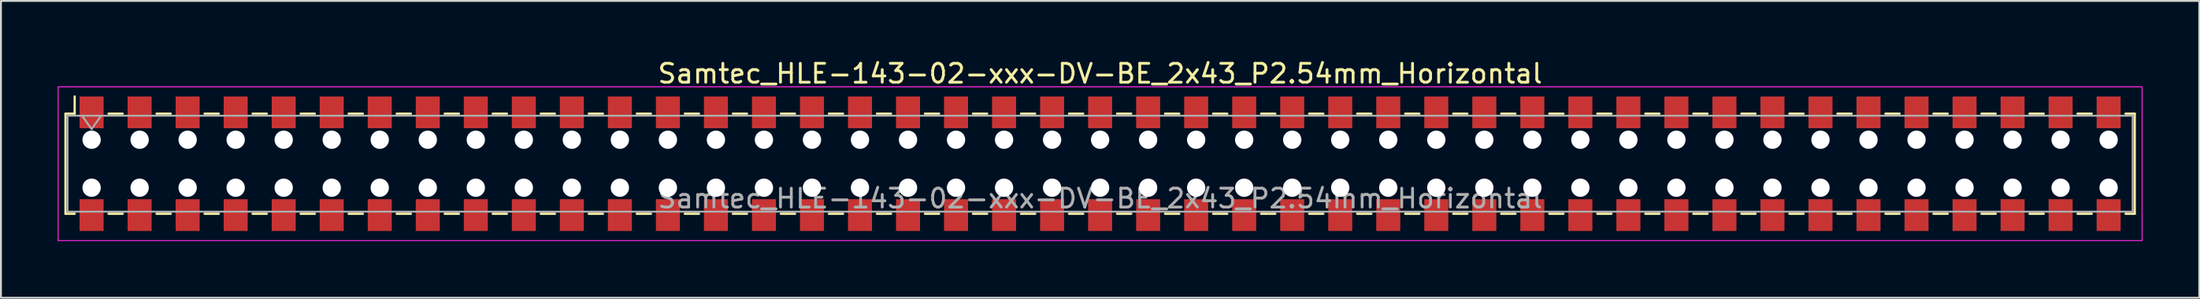
<source format=kicad_pcb>
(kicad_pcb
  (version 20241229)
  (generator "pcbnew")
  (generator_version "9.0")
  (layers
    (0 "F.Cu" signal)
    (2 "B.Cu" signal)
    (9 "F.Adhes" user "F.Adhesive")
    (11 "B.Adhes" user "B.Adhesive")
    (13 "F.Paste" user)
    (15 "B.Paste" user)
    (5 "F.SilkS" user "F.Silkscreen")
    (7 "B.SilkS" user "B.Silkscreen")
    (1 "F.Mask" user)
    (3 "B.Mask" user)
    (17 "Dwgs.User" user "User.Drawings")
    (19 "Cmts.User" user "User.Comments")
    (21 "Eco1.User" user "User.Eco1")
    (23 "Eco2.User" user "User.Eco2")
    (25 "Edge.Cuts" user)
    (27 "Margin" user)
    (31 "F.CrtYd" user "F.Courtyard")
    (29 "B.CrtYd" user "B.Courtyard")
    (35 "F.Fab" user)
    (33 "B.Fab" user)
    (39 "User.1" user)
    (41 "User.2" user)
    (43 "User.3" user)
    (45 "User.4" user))
  (footprint "Samtec_HLE-143-02-xxx-DV-BE_2x43_P2.54mm_Horizontal"
    (layer "F.Cu")
    (at 55.135 5.618)
    (property "Reference" "Samtec_HLE-143-02-xxx-DV-BE_2x43_P2.54mm_Horizontal" (at 0 -4.77 0) (layer "F.SilkS") (effects (font (size 1 1) (thickness 0.15))))
    (attr smd)
    (fp_line (start -54.72 -2.65) (end -54.72 2.65) (stroke (width 0.12) (type solid)) (layer "F.SilkS"))
    (fp_line (start -54.72 2.65) (end -54.235 2.65) (stroke (width 0.12) (type solid)) (layer "F.SilkS"))
    (fp_line (start -54.235 -3.56) (end -54.235 -2.65) (stroke (width 0.12) (type solid)) (layer "F.SilkS"))
    (fp_line (start -54.235 -2.65) (end -54.72 -2.65) (stroke (width 0.12) (type solid)) (layer "F.SilkS"))
    (fp_line (start -52.445 -2.65) (end -51.695 -2.65) (stroke (width 0.12) (type solid)) (layer "F.SilkS"))
    (fp_line (start -52.445 2.65) (end -51.695 2.65) (stroke (width 0.12) (type solid)) (layer "F.SilkS"))
    (fp_line (start -49.905 -2.65) (end -49.155 -2.65) (stroke (width 0.12) (type solid)) (layer "F.SilkS"))
    (fp_line (start -49.905 2.65) (end -49.155 2.65) (stroke (width 0.12) (type solid)) (layer "F.SilkS"))
    (fp_line (start -47.365 -2.65) (end -46.615 -2.65) (stroke (width 0.12) (type solid)) (layer "F.SilkS"))
    (fp_line (start -47.365 2.65) (end -46.615 2.65) (stroke (width 0.12) (type solid)) (layer "F.SilkS"))
    (fp_line (start -44.825 -2.65) (end -44.075 -2.65) (stroke (width 0.12) (type solid)) (layer "F.SilkS"))
    (fp_line (start -44.825 2.65) (end -44.075 2.65) (stroke (width 0.12) (type solid)) (layer "F.SilkS"))
    (fp_line (start -42.285 -2.65) (end -41.535 -2.65) (stroke (width 0.12) (type solid)) (layer "F.SilkS"))
    (fp_line (start -42.285 2.65) (end -41.535 2.65) (stroke (width 0.12) (type solid)) (layer "F.SilkS"))
    (fp_line (start -39.745 -2.65) (end -38.995 -2.65) (stroke (width 0.12) (type solid)) (layer "F.SilkS"))
    (fp_line (start -39.745 2.65) (end -38.995 2.65) (stroke (width 0.12) (type solid)) (layer "F.SilkS"))
    (fp_line (start -37.205 -2.65) (end -36.455 -2.65) (stroke (width 0.12) (type solid)) (layer "F.SilkS"))
    (fp_line (start -37.205 2.65) (end -36.455 2.65) (stroke (width 0.12) (type solid)) (layer "F.SilkS"))
    (fp_line (start -34.665 -2.65) (end -33.915 -2.65) (stroke (width 0.12) (type solid)) (layer "F.SilkS"))
    (fp_line (start -34.665 2.65) (end -33.915 2.65) (stroke (width 0.12) (type solid)) (layer "F.SilkS"))
    (fp_line (start -32.125 -2.65) (end -31.375 -2.65) (stroke (width 0.12) (type solid)) (layer "F.SilkS"))
    (fp_line (start -32.125 2.65) (end -31.375 2.65) (stroke (width 0.12) (type solid)) (layer "F.SilkS"))
    (fp_line (start -29.585 -2.65) (end -28.835 -2.65) (stroke (width 0.12) (type solid)) (layer "F.SilkS"))
    (fp_line (start -29.585 2.65) (end -28.835 2.65) (stroke (width 0.12) (type solid)) (layer "F.SilkS"))
    (fp_line (start -27.045 -2.65) (end -26.295 -2.65) (stroke (width 0.12) (type solid)) (layer "F.SilkS"))
    (fp_line (start -27.045 2.65) (end -26.295 2.65) (stroke (width 0.12) (type solid)) (layer "F.SilkS"))
    (fp_line (start -24.505 -2.65) (end -23.755 -2.65) (stroke (width 0.12) (type solid)) (layer "F.SilkS"))
    (fp_line (start -24.505 2.65) (end -23.755 2.65) (stroke (width 0.12) (type solid)) (layer "F.SilkS"))
    (fp_line (start -21.965 -2.65) (end -21.215 -2.65) (stroke (width 0.12) (type solid)) (layer "F.SilkS"))
    (fp_line (start -21.965 2.65) (end -21.215 2.65) (stroke (width 0.12) (type solid)) (layer "F.SilkS"))
    (fp_line (start -19.425 -2.65) (end -18.675 -2.65) (stroke (width 0.12) (type solid)) (layer "F.SilkS"))
    (fp_line (start -19.425 2.65) (end -18.675 2.65) (stroke (width 0.12) (type solid)) (layer "F.SilkS"))
    (fp_line (start -16.885 -2.65) (end -16.135 -2.65) (stroke (width 0.12) (type solid)) (layer "F.SilkS"))
    (fp_line (start -16.885 2.65) (end -16.135 2.65) (stroke (width 0.12) (type solid)) (layer "F.SilkS"))
    (fp_line (start -14.345 -2.65) (end -13.595 -2.65) (stroke (width 0.12) (type solid)) (layer "F.SilkS"))
    (fp_line (start -14.345 2.65) (end -13.595 2.65) (stroke (width 0.12) (type solid)) (layer "F.SilkS"))
    (fp_line (start -11.805 -2.65) (end -11.055 -2.65) (stroke (width 0.12) (type solid)) (layer "F.SilkS"))
    (fp_line (start -11.805 2.65) (end -11.055 2.65) (stroke (width 0.12) (type solid)) (layer "F.SilkS"))
    (fp_line (start -9.265 -2.65) (end -8.515 -2.65) (stroke (width 0.12) (type solid)) (layer "F.SilkS"))
    (fp_line (start -9.265 2.65) (end -8.515 2.65) (stroke (width 0.12) (type solid)) (layer "F.SilkS"))
    (fp_line (start -6.725 -2.65) (end -5.975 -2.65) (stroke (width 0.12) (type solid)) (layer "F.SilkS"))
    (fp_line (start -6.725 2.65) (end -5.975 2.65) (stroke (width 0.12) (type solid)) (layer "F.SilkS"))
    (fp_line (start -4.185 -2.65) (end -3.435 -2.65) (stroke (width 0.12) (type solid)) (layer "F.SilkS"))
    (fp_line (start -4.185 2.65) (end -3.435 2.65) (stroke (width 0.12) (type solid)) (layer "F.SilkS"))
    (fp_line (start -1.645 -2.65) (end -0.895 -2.65) (stroke (width 0.12) (type solid)) (layer "F.SilkS"))
    (fp_line (start -1.645 2.65) (end -0.895 2.65) (stroke (width 0.12) (type solid)) (layer "F.SilkS"))
    (fp_line (start 0.895 -2.65) (end 1.645 -2.65) (stroke (width 0.12) (type solid)) (layer "F.SilkS"))
    (fp_line (start 0.895 2.65) (end 1.645 2.65) (stroke (width 0.12) (type solid)) (layer "F.SilkS"))
    (fp_line (start 3.435 -2.65) (end 4.185 -2.65) (stroke (width 0.12) (type solid)) (layer "F.SilkS"))
    (fp_line (start 3.435 2.65) (end 4.185 2.65) (stroke (width 0.12) (type solid)) (layer "F.SilkS"))
    (fp_line (start 5.975 -2.65) (end 6.725 -2.65) (stroke (width 0.12) (type solid)) (layer "F.SilkS"))
    (fp_line (start 5.975 2.65) (end 6.725 2.65) (stroke (width 0.12) (type solid)) (layer "F.SilkS"))
    (fp_line (start 8.515 -2.65) (end 9.265 -2.65) (stroke (width 0.12) (type solid)) (layer "F.SilkS"))
    (fp_line (start 8.515 2.65) (end 9.265 2.65) (stroke (width 0.12) (type solid)) (layer "F.SilkS"))
    (fp_line (start 11.055 -2.65) (end 11.805 -2.65) (stroke (width 0.12) (type solid)) (layer "F.SilkS"))
    (fp_line (start 11.055 2.65) (end 11.805 2.65) (stroke (width 0.12) (type solid)) (layer "F.SilkS"))
    (fp_line (start 13.595 -2.65) (end 14.345 -2.65) (stroke (width 0.12) (type solid)) (layer "F.SilkS"))
    (fp_line (start 13.595 2.65) (end 14.345 2.65) (stroke (width 0.12) (type solid)) (layer "F.SilkS"))
    (fp_line (start 16.135 -2.65) (end 16.885 -2.65) (stroke (width 0.12) (type solid)) (layer "F.SilkS"))
    (fp_line (start 16.135 2.65) (end 16.885 2.65) (stroke (width 0.12) (type solid)) (layer "F.SilkS"))
    (fp_line (start 18.675 -2.65) (end 19.425 -2.65) (stroke (width 0.12) (type solid)) (layer "F.SilkS"))
    (fp_line (start 18.675 2.65) (end 19.425 2.65) (stroke (width 0.12) (type solid)) (layer "F.SilkS"))
    (fp_line (start 21.215 -2.65) (end 21.965 -2.65) (stroke (width 0.12) (type solid)) (layer "F.SilkS"))
    (fp_line (start 21.215 2.65) (end 21.965 2.65) (stroke (width 0.12) (type solid)) (layer "F.SilkS"))
    (fp_line (start 23.755 -2.65) (end 24.505 -2.65) (stroke (width 0.12) (type solid)) (layer "F.SilkS"))
    (fp_line (start 23.755 2.65) (end 24.505 2.65) (stroke (width 0.12) (type solid)) (layer "F.SilkS"))
    (fp_line (start 26.295 -2.65) (end 27.045 -2.65) (stroke (width 0.12) (type solid)) (layer "F.SilkS"))
    (fp_line (start 26.295 2.65) (end 27.045 2.65) (stroke (width 0.12) (type solid)) (layer "F.SilkS"))
    (fp_line (start 28.835 -2.65) (end 29.585 -2.65) (stroke (width 0.12) (type solid)) (layer "F.SilkS"))
    (fp_line (start 28.835 2.65) (end 29.585 2.65) (stroke (width 0.12) (type solid)) (layer "F.SilkS"))
    (fp_line (start 31.375 -2.65) (end 32.125 -2.65) (stroke (width 0.12) (type solid)) (layer "F.SilkS"))
    (fp_line (start 31.375 2.65) (end 32.125 2.65) (stroke (width 0.12) (type solid)) (layer "F.SilkS"))
    (fp_line (start 33.915 -2.65) (end 34.665 -2.65) (stroke (width 0.12) (type solid)) (layer "F.SilkS"))
    (fp_line (start 33.915 2.65) (end 34.665 2.65) (stroke (width 0.12) (type solid)) (layer "F.SilkS"))
    (fp_line (start 36.455 -2.65) (end 37.205 -2.65) (stroke (width 0.12) (type solid)) (layer "F.SilkS"))
    (fp_line (start 36.455 2.65) (end 37.205 2.65) (stroke (width 0.12) (type solid)) (layer "F.SilkS"))
    (fp_line (start 38.995 -2.65) (end 39.745 -2.65) (stroke (width 0.12) (type solid)) (layer "F.SilkS"))
    (fp_line (start 38.995 2.65) (end 39.745 2.65) (stroke (width 0.12) (type solid)) (layer "F.SilkS"))
    (fp_line (start 41.535 -2.65) (end 42.285 -2.65) (stroke (width 0.12) (type solid)) (layer "F.SilkS"))
    (fp_line (start 41.535 2.65) (end 42.285 2.65) (stroke (width 0.12) (type solid)) (layer "F.SilkS"))
    (fp_line (start 44.075 -2.65) (end 44.825 -2.65) (stroke (width 0.12) (type solid)) (layer "F.SilkS"))
    (fp_line (start 44.075 2.65) (end 44.825 2.65) (stroke (width 0.12) (type solid)) (layer "F.SilkS"))
    (fp_line (start 46.615 -2.65) (end 47.365 -2.65) (stroke (width 0.12) (type solid)) (layer "F.SilkS"))
    (fp_line (start 46.615 2.65) (end 47.365 2.65) (stroke (width 0.12) (type solid)) (layer "F.SilkS"))
    (fp_line (start 49.155 -2.65) (end 49.905 -2.65) (stroke (width 0.12) (type solid)) (layer "F.SilkS"))
    (fp_line (start 49.155 2.65) (end 49.905 2.65) (stroke (width 0.12) (type solid)) (layer "F.SilkS"))
    (fp_line (start 51.695 -2.65) (end 52.445 -2.65) (stroke (width 0.12) (type solid)) (layer "F.SilkS"))
    (fp_line (start 51.695 2.65) (end 52.445 2.65) (stroke (width 0.12) (type solid)) (layer "F.SilkS"))
    (fp_line (start 54.235 -2.65) (end 54.72 -2.65) (stroke (width 0.12) (type solid)) (layer "F.SilkS"))
    (fp_line (start 54.72 -2.65) (end 54.72 2.65) (stroke (width 0.12) (type solid)) (layer "F.SilkS"))
    (fp_line (start 54.72 2.65) (end 54.235 2.65) (stroke (width 0.12) (type solid)) (layer "F.SilkS"))
    (fp_line (start -55.11 -4.07) (end 55.11 -4.07) (stroke (width 0.05) (type solid)) (layer "F.CrtYd"))
    (fp_line (start -55.11 4.07) (end -55.11 -4.07) (stroke (width 0.05) (type solid)) (layer "F.CrtYd"))
    (fp_line (start 55.11 -4.07) (end 55.11 4.07) (stroke (width 0.05) (type solid)) (layer "F.CrtYd"))
    (fp_line (start 55.11 4.07) (end -55.11 4.07) (stroke (width 0.05) (type solid)) (layer "F.CrtYd"))
    (fp_line (start -54.61 -2.54) (end 54.61 -2.54) (stroke (width 0.1) (type solid)) (layer "F.Fab"))
    (fp_line (start -54.61 2.54) (end -54.61 -2.54) (stroke (width 0.1) (type solid)) (layer "F.Fab"))
    (fp_line (start -53.84 -2.54) (end -53.34 -1.833) (stroke (width 0.1) (type solid)) (layer "F.Fab"))
    (fp_line (start -53.34 -1.833) (end -52.84 -2.54) (stroke (width 0.1) (type solid)) (layer "F.Fab"))
    (fp_line (start 54.61 -2.54) (end 54.61 2.54) (stroke (width 0.1) (type solid)) (layer "F.Fab"))
    (fp_line (start 54.61 2.54) (end -54.61 2.54) (stroke (width 0.1) (type solid)) (layer "F.Fab"))
    (fp_text user "${REFERENCE}" (at 0 1.84 0) (layer "F.Fab") (effects (font (size 1 1) (thickness 0.15))))
    (pad "" np_thru_hole circle (at -53.34 -1.27) (size 0.97 0.97) (drill 0.97) (layers "*.Cu" "*.Mask"))
    (pad "" np_thru_hole circle (at -53.34 1.27) (size 0.97 0.97) (drill 0.97) (layers "*.Cu" "*.Mask"))
    (pad "" np_thru_hole circle (at -50.8 -1.27) (size 0.97 0.97) (drill 0.97) (layers "*.Cu" "*.Mask"))
    (pad "" np_thru_hole circle (at -50.8 1.27) (size 0.97 0.97) (drill 0.97) (layers "*.Cu" "*.Mask"))
    (pad "" np_thru_hole circle (at -48.26 -1.27) (size 0.97 0.97) (drill 0.97) (layers "*.Cu" "*.Mask"))
    (pad "" np_thru_hole circle (at -48.26 1.27) (size 0.97 0.97) (drill 0.97) (layers "*.Cu" "*.Mask"))
    (pad "" np_thru_hole circle (at -45.72 -1.27) (size 0.97 0.97) (drill 0.97) (layers "*.Cu" "*.Mask"))
    (pad "" np_thru_hole circle (at -45.72 1.27) (size 0.97 0.97) (drill 0.97) (layers "*.Cu" "*.Mask"))
    (pad "" np_thru_hole circle (at -43.18 -1.27) (size 0.97 0.97) (drill 0.97) (layers "*.Cu" "*.Mask"))
    (pad "" np_thru_hole circle (at -43.18 1.27) (size 0.97 0.97) (drill 0.97) (layers "*.Cu" "*.Mask"))
    (pad "" np_thru_hole circle (at -40.64 -1.27) (size 0.97 0.97) (drill 0.97) (layers "*.Cu" "*.Mask"))
    (pad "" np_thru_hole circle (at -40.64 1.27) (size 0.97 0.97) (drill 0.97) (layers "*.Cu" "*.Mask"))
    (pad "" np_thru_hole circle (at -38.1 -1.27) (size 0.97 0.97) (drill 0.97) (layers "*.Cu" "*.Mask"))
    (pad "" np_thru_hole circle (at -38.1 1.27) (size 0.97 0.97) (drill 0.97) (layers "*.Cu" "*.Mask"))
    (pad "" np_thru_hole circle (at -35.56 -1.27) (size 0.97 0.97) (drill 0.97) (layers "*.Cu" "*.Mask"))
    (pad "" np_thru_hole circle (at -35.56 1.27) (size 0.97 0.97) (drill 0.97) (layers "*.Cu" "*.Mask"))
    (pad "" np_thru_hole circle (at -33.02 -1.27) (size 0.97 0.97) (drill 0.97) (layers "*.Cu" "*.Mask"))
    (pad "" np_thru_hole circle (at -33.02 1.27) (size 0.97 0.97) (drill 0.97) (layers "*.Cu" "*.Mask"))
    (pad "" np_thru_hole circle (at -30.48 -1.27) (size 0.97 0.97) (drill 0.97) (layers "*.Cu" "*.Mask"))
    (pad "" np_thru_hole circle (at -30.48 1.27) (size 0.97 0.97) (drill 0.97) (layers "*.Cu" "*.Mask"))
    (pad "" np_thru_hole circle (at -27.94 -1.27) (size 0.97 0.97) (drill 0.97) (layers "*.Cu" "*.Mask"))
    (pad "" np_thru_hole circle (at -27.94 1.27) (size 0.97 0.97) (drill 0.97) (layers "*.Cu" "*.Mask"))
    (pad "" np_thru_hole circle (at -25.4 -1.27) (size 0.97 0.97) (drill 0.97) (layers "*.Cu" "*.Mask"))
    (pad "" np_thru_hole circle (at -25.4 1.27) (size 0.97 0.97) (drill 0.97) (layers "*.Cu" "*.Mask"))
    (pad "" np_thru_hole circle (at -22.86 -1.27) (size 0.97 0.97) (drill 0.97) (layers "*.Cu" "*.Mask"))
    (pad "" np_thru_hole circle (at -22.86 1.27) (size 0.97 0.97) (drill 0.97) (layers "*.Cu" "*.Mask"))
    (pad "" np_thru_hole circle (at -20.32 -1.27) (size 0.97 0.97) (drill 0.97) (layers "*.Cu" "*.Mask"))
    (pad "" np_thru_hole circle (at -20.32 1.27) (size 0.97 0.97) (drill 0.97) (layers "*.Cu" "*.Mask"))
    (pad "" np_thru_hole circle (at -17.78 -1.27) (size 0.97 0.97) (drill 0.97) (layers "*.Cu" "*.Mask"))
    (pad "" np_thru_hole circle (at -17.78 1.27) (size 0.97 0.97) (drill 0.97) (layers "*.Cu" "*.Mask"))
    (pad "" np_thru_hole circle (at -15.24 -1.27) (size 0.97 0.97) (drill 0.97) (layers "*.Cu" "*.Mask"))
    (pad "" np_thru_hole circle (at -15.24 1.27) (size 0.97 0.97) (drill 0.97) (layers "*.Cu" "*.Mask"))
    (pad "" np_thru_hole circle (at -12.7 -1.27) (size 0.97 0.97) (drill 0.97) (layers "*.Cu" "*.Mask"))
    (pad "" np_thru_hole circle (at -12.7 1.27) (size 0.97 0.97) (drill 0.97) (layers "*.Cu" "*.Mask"))
    (pad "" np_thru_hole circle (at -10.16 -1.27) (size 0.97 0.97) (drill 0.97) (layers "*.Cu" "*.Mask"))
    (pad "" np_thru_hole circle (at -10.16 1.27) (size 0.97 0.97) (drill 0.97) (layers "*.Cu" "*.Mask"))
    (pad "" np_thru_hole circle (at -7.62 -1.27) (size 0.97 0.97) (drill 0.97) (layers "*.Cu" "*.Mask"))
    (pad "" np_thru_hole circle (at -7.62 1.27) (size 0.97 0.97) (drill 0.97) (layers "*.Cu" "*.Mask"))
    (pad "" np_thru_hole circle (at -5.08 -1.27) (size 0.97 0.97) (drill 0.97) (layers "*.Cu" "*.Mask"))
    (pad "" np_thru_hole circle (at -5.08 1.27) (size 0.97 0.97) (drill 0.97) (layers "*.Cu" "*.Mask"))
    (pad "" np_thru_hole circle (at -2.54 -1.27) (size 0.97 0.97) (drill 0.97) (layers "*.Cu" "*.Mask"))
    (pad "" np_thru_hole circle (at -2.54 1.27) (size 0.97 0.97) (drill 0.97) (layers "*.Cu" "*.Mask"))
    (pad "" np_thru_hole circle (at 0 -1.27) (size 0.97 0.97) (drill 0.97) (layers "*.Cu" "*.Mask"))
    (pad "" np_thru_hole circle (at 0 1.27) (size 0.97 0.97) (drill 0.97) (layers "*.Cu" "*.Mask"))
    (pad "" np_thru_hole circle (at 2.54 -1.27) (size 0.97 0.97) (drill 0.97) (layers "*.Cu" "*.Mask"))
    (pad "" np_thru_hole circle (at 2.54 1.27) (size 0.97 0.97) (drill 0.97) (layers "*.Cu" "*.Mask"))
    (pad "" np_thru_hole circle (at 5.08 -1.27) (size 0.97 0.97) (drill 0.97) (layers "*.Cu" "*.Mask"))
    (pad "" np_thru_hole circle (at 5.08 1.27) (size 0.97 0.97) (drill 0.97) (layers "*.Cu" "*.Mask"))
    (pad "" np_thru_hole circle (at 7.62 -1.27) (size 0.97 0.97) (drill 0.97) (layers "*.Cu" "*.Mask"))
    (pad "" np_thru_hole circle (at 7.62 1.27) (size 0.97 0.97) (drill 0.97) (layers "*.Cu" "*.Mask"))
    (pad "" np_thru_hole circle (at 10.16 -1.27) (size 0.97 0.97) (drill 0.97) (layers "*.Cu" "*.Mask"))
    (pad "" np_thru_hole circle (at 10.16 1.27) (size 0.97 0.97) (drill 0.97) (layers "*.Cu" "*.Mask"))
    (pad "" np_thru_hole circle (at 12.7 -1.27) (size 0.97 0.97) (drill 0.97) (layers "*.Cu" "*.Mask"))
    (pad "" np_thru_hole circle (at 12.7 1.27) (size 0.97 0.97) (drill 0.97) (layers "*.Cu" "*.Mask"))
    (pad "" np_thru_hole circle (at 15.24 -1.27) (size 0.97 0.97) (drill 0.97) (layers "*.Cu" "*.Mask"))
    (pad "" np_thru_hole circle (at 15.24 1.27) (size 0.97 0.97) (drill 0.97) (layers "*.Cu" "*.Mask"))
    (pad "" np_thru_hole circle (at 17.78 -1.27) (size 0.97 0.97) (drill 0.97) (layers "*.Cu" "*.Mask"))
    (pad "" np_thru_hole circle (at 17.78 1.27) (size 0.97 0.97) (drill 0.97) (layers "*.Cu" "*.Mask"))
    (pad "" np_thru_hole circle (at 20.32 -1.27) (size 0.97 0.97) (drill 0.97) (layers "*.Cu" "*.Mask"))
    (pad "" np_thru_hole circle (at 20.32 1.27) (size 0.97 0.97) (drill 0.97) (layers "*.Cu" "*.Mask"))
    (pad "" np_thru_hole circle (at 22.86 -1.27) (size 0.97 0.97) (drill 0.97) (layers "*.Cu" "*.Mask"))
    (pad "" np_thru_hole circle (at 22.86 1.27) (size 0.97 0.97) (drill 0.97) (layers "*.Cu" "*.Mask"))
    (pad "" np_thru_hole circle (at 25.4 -1.27) (size 0.97 0.97) (drill 0.97) (layers "*.Cu" "*.Mask"))
    (pad "" np_thru_hole circle (at 25.4 1.27) (size 0.97 0.97) (drill 0.97) (layers "*.Cu" "*.Mask"))
    (pad "" np_thru_hole circle (at 27.94 -1.27) (size 0.97 0.97) (drill 0.97) (layers "*.Cu" "*.Mask"))
    (pad "" np_thru_hole circle (at 27.94 1.27) (size 0.97 0.97) (drill 0.97) (layers "*.Cu" "*.Mask"))
    (pad "" np_thru_hole circle (at 30.48 -1.27) (size 0.97 0.97) (drill 0.97) (layers "*.Cu" "*.Mask"))
    (pad "" np_thru_hole circle (at 30.48 1.27) (size 0.97 0.97) (drill 0.97) (layers "*.Cu" "*.Mask"))
    (pad "" np_thru_hole circle (at 33.02 -1.27) (size 0.97 0.97) (drill 0.97) (layers "*.Cu" "*.Mask"))
    (pad "" np_thru_hole circle (at 33.02 1.27) (size 0.97 0.97) (drill 0.97) (layers "*.Cu" "*.Mask"))
    (pad "" np_thru_hole circle (at 35.56 -1.27) (size 0.97 0.97) (drill 0.97) (layers "*.Cu" "*.Mask"))
    (pad "" np_thru_hole circle (at 35.56 1.27) (size 0.97 0.97) (drill 0.97) (layers "*.Cu" "*.Mask"))
    (pad "" np_thru_hole circle (at 38.1 -1.27) (size 0.97 0.97) (drill 0.97) (layers "*.Cu" "*.Mask"))
    (pad "" np_thru_hole circle (at 38.1 1.27) (size 0.97 0.97) (drill 0.97) (layers "*.Cu" "*.Mask"))
    (pad "" np_thru_hole circle (at 40.64 -1.27) (size 0.97 0.97) (drill 0.97) (layers "*.Cu" "*.Mask"))
    (pad "" np_thru_hole circle (at 40.64 1.27) (size 0.97 0.97) (drill 0.97) (layers "*.Cu" "*.Mask"))
    (pad "" np_thru_hole circle (at 43.18 -1.27) (size 0.97 0.97) (drill 0.97) (layers "*.Cu" "*.Mask"))
    (pad "" np_thru_hole circle (at 43.18 1.27) (size 0.97 0.97) (drill 0.97) (layers "*.Cu" "*.Mask"))
    (pad "" np_thru_hole circle (at 45.72 -1.27) (size 0.97 0.97) (drill 0.97) (layers "*.Cu" "*.Mask"))
    (pad "" np_thru_hole circle (at 45.72 1.27) (size 0.97 0.97) (drill 0.97) (layers "*.Cu" "*.Mask"))
    (pad "" np_thru_hole circle (at 48.26 -1.27) (size 0.97 0.97) (drill 0.97) (layers "*.Cu" "*.Mask"))
    (pad "" np_thru_hole circle (at 48.26 1.27) (size 0.97 0.97) (drill 0.97) (layers "*.Cu" "*.Mask"))
    (pad "" np_thru_hole circle (at 50.8 -1.27) (size 0.97 0.97) (drill 0.97) (layers "*.Cu" "*.Mask"))
    (pad "" np_thru_hole circle (at 50.8 1.27) (size 0.97 0.97) (drill 0.97) (layers "*.Cu" "*.Mask"))
    (pad "" np_thru_hole circle (at 53.34 -1.27) (size 0.97 0.97) (drill 0.97) (layers "*.Cu" "*.Mask"))
    (pad "" np_thru_hole circle (at 53.34 1.27) (size 0.97 0.97) (drill 0.97) (layers "*.Cu" "*.Mask"))
    (pad "1" smd rect (at -53.34 -2.72) (size 1.27 1.68) (layers "F.Cu" "F.Mask" "F.Paste"))
    (pad "2" smd rect (at -53.34 2.72) (size 1.27 1.68) (layers "F.Cu" "F.Mask" "F.Paste"))
    (pad "3" smd rect (at -50.8 -2.72) (size 1.27 1.68) (layers "F.Cu" "F.Mask" "F.Paste"))
    (pad "4" smd rect (at -50.8 2.72) (size 1.27 1.68) (layers "F.Cu" "F.Mask" "F.Paste"))
    (pad "5" smd rect (at -48.26 -2.72) (size 1.27 1.68) (layers "F.Cu" "F.Mask" "F.Paste"))
    (pad "6" smd rect (at -48.26 2.72) (size 1.27 1.68) (layers "F.Cu" "F.Mask" "F.Paste"))
    (pad "7" smd rect (at -45.72 -2.72) (size 1.27 1.68) (layers "F.Cu" "F.Mask" "F.Paste"))
    (pad "8" smd rect (at -45.72 2.72) (size 1.27 1.68) (layers "F.Cu" "F.Mask" "F.Paste"))
    (pad "9" smd rect (at -43.18 -2.72) (size 1.27 1.68) (layers "F.Cu" "F.Mask" "F.Paste"))
    (pad "10" smd rect (at -43.18 2.72) (size 1.27 1.68) (layers "F.Cu" "F.Mask" "F.Paste"))
    (pad "11" smd rect (at -40.64 -2.72) (size 1.27 1.68) (layers "F.Cu" "F.Mask" "F.Paste"))
    (pad "12" smd rect (at -40.64 2.72) (size 1.27 1.68) (layers "F.Cu" "F.Mask" "F.Paste"))
    (pad "13" smd rect (at -38.1 -2.72) (size 1.27 1.68) (layers "F.Cu" "F.Mask" "F.Paste"))
    (pad "14" smd rect (at -38.1 2.72) (size 1.27 1.68) (layers "F.Cu" "F.Mask" "F.Paste"))
    (pad "15" smd rect (at -35.56 -2.72) (size 1.27 1.68) (layers "F.Cu" "F.Mask" "F.Paste"))
    (pad "16" smd rect (at -35.56 2.72) (size 1.27 1.68) (layers "F.Cu" "F.Mask" "F.Paste"))
    (pad "17" smd rect (at -33.02 -2.72) (size 1.27 1.68) (layers "F.Cu" "F.Mask" "F.Paste"))
    (pad "18" smd rect (at -33.02 2.72) (size 1.27 1.68) (layers "F.Cu" "F.Mask" "F.Paste"))
    (pad "19" smd rect (at -30.48 -2.72) (size 1.27 1.68) (layers "F.Cu" "F.Mask" "F.Paste"))
    (pad "20" smd rect (at -30.48 2.72) (size 1.27 1.68) (layers "F.Cu" "F.Mask" "F.Paste"))
    (pad "21" smd rect (at -27.94 -2.72) (size 1.27 1.68) (layers "F.Cu" "F.Mask" "F.Paste"))
    (pad "22" smd rect (at -27.94 2.72) (size 1.27 1.68) (layers "F.Cu" "F.Mask" "F.Paste"))
    (pad "23" smd rect (at -25.4 -2.72) (size 1.27 1.68) (layers "F.Cu" "F.Mask" "F.Paste"))
    (pad "24" smd rect (at -25.4 2.72) (size 1.27 1.68) (layers "F.Cu" "F.Mask" "F.Paste"))
    (pad "25" smd rect (at -22.86 -2.72) (size 1.27 1.68) (layers "F.Cu" "F.Mask" "F.Paste"))
    (pad "26" smd rect (at -22.86 2.72) (size 1.27 1.68) (layers "F.Cu" "F.Mask" "F.Paste"))
    (pad "27" smd rect (at -20.32 -2.72) (size 1.27 1.68) (layers "F.Cu" "F.Mask" "F.Paste"))
    (pad "28" smd rect (at -20.32 2.72) (size 1.27 1.68) (layers "F.Cu" "F.Mask" "F.Paste"))
    (pad "29" smd rect (at -17.78 -2.72) (size 1.27 1.68) (layers "F.Cu" "F.Mask" "F.Paste"))
    (pad "30" smd rect (at -17.78 2.72) (size 1.27 1.68) (layers "F.Cu" "F.Mask" "F.Paste"))
    (pad "31" smd rect (at -15.24 -2.72) (size 1.27 1.68) (layers "F.Cu" "F.Mask" "F.Paste"))
    (pad "32" smd rect (at -15.24 2.72) (size 1.27 1.68) (layers "F.Cu" "F.Mask" "F.Paste"))
    (pad "33" smd rect (at -12.7 -2.72) (size 1.27 1.68) (layers "F.Cu" "F.Mask" "F.Paste"))
    (pad "34" smd rect (at -12.7 2.72) (size 1.27 1.68) (layers "F.Cu" "F.Mask" "F.Paste"))
    (pad "35" smd rect (at -10.16 -2.72) (size 1.27 1.68) (layers "F.Cu" "F.Mask" "F.Paste"))
    (pad "36" smd rect (at -10.16 2.72) (size 1.27 1.68) (layers "F.Cu" "F.Mask" "F.Paste"))
    (pad "37" smd rect (at -7.62 -2.72) (size 1.27 1.68) (layers "F.Cu" "F.Mask" "F.Paste"))
    (pad "38" smd rect (at -7.62 2.72) (size 1.27 1.68) (layers "F.Cu" "F.Mask" "F.Paste"))
    (pad "39" smd rect (at -5.08 -2.72) (size 1.27 1.68) (layers "F.Cu" "F.Mask" "F.Paste"))
    (pad "40" smd rect (at -5.08 2.72) (size 1.27 1.68) (layers "F.Cu" "F.Mask" "F.Paste"))
    (pad "41" smd rect (at -2.54 -2.72) (size 1.27 1.68) (layers "F.Cu" "F.Mask" "F.Paste"))
    (pad "42" smd rect (at -2.54 2.72) (size 1.27 1.68) (layers "F.Cu" "F.Mask" "F.Paste"))
    (pad "43" smd rect (at 0 -2.72) (size 1.27 1.68) (layers "F.Cu" "F.Mask" "F.Paste"))
    (pad "44" smd rect (at 0 2.72) (size 1.27 1.68) (layers "F.Cu" "F.Mask" "F.Paste"))
    (pad "45" smd rect (at 2.54 -2.72) (size 1.27 1.68) (layers "F.Cu" "F.Mask" "F.Paste"))
    (pad "46" smd rect (at 2.54 2.72) (size 1.27 1.68) (layers "F.Cu" "F.Mask" "F.Paste"))
    (pad "47" smd rect (at 5.08 -2.72) (size 1.27 1.68) (layers "F.Cu" "F.Mask" "F.Paste"))
    (pad "48" smd rect (at 5.08 2.72) (size 1.27 1.68) (layers "F.Cu" "F.Mask" "F.Paste"))
    (pad "49" smd rect (at 7.62 -2.72) (size 1.27 1.68) (layers "F.Cu" "F.Mask" "F.Paste"))
    (pad "50" smd rect (at 7.62 2.72) (size 1.27 1.68) (layers "F.Cu" "F.Mask" "F.Paste"))
    (pad "51" smd rect (at 10.16 -2.72) (size 1.27 1.68) (layers "F.Cu" "F.Mask" "F.Paste"))
    (pad "52" smd rect (at 10.16 2.72) (size 1.27 1.68) (layers "F.Cu" "F.Mask" "F.Paste"))
    (pad "53" smd rect (at 12.7 -2.72) (size 1.27 1.68) (layers "F.Cu" "F.Mask" "F.Paste"))
    (pad "54" smd rect (at 12.7 2.72) (size 1.27 1.68) (layers "F.Cu" "F.Mask" "F.Paste"))
    (pad "55" smd rect (at 15.24 -2.72) (size 1.27 1.68) (layers "F.Cu" "F.Mask" "F.Paste"))
    (pad "56" smd rect (at 15.24 2.72) (size 1.27 1.68) (layers "F.Cu" "F.Mask" "F.Paste"))
    (pad "57" smd rect (at 17.78 -2.72) (size 1.27 1.68) (layers "F.Cu" "F.Mask" "F.Paste"))
    (pad "58" smd rect (at 17.78 2.72) (size 1.27 1.68) (layers "F.Cu" "F.Mask" "F.Paste"))
    (pad "59" smd rect (at 20.32 -2.72) (size 1.27 1.68) (layers "F.Cu" "F.Mask" "F.Paste"))
    (pad "60" smd rect (at 20.32 2.72) (size 1.27 1.68) (layers "F.Cu" "F.Mask" "F.Paste"))
    (pad "61" smd rect (at 22.86 -2.72) (size 1.27 1.68) (layers "F.Cu" "F.Mask" "F.Paste"))
    (pad "62" smd rect (at 22.86 2.72) (size 1.27 1.68) (layers "F.Cu" "F.Mask" "F.Paste"))
    (pad "63" smd rect (at 25.4 -2.72) (size 1.27 1.68) (layers "F.Cu" "F.Mask" "F.Paste"))
    (pad "64" smd rect (at 25.4 2.72) (size 1.27 1.68) (layers "F.Cu" "F.Mask" "F.Paste"))
    (pad "65" smd rect (at 27.94 -2.72) (size 1.27 1.68) (layers "F.Cu" "F.Mask" "F.Paste"))
    (pad "66" smd rect (at 27.94 2.72) (size 1.27 1.68) (layers "F.Cu" "F.Mask" "F.Paste"))
    (pad "67" smd rect (at 30.48 -2.72) (size 1.27 1.68) (layers "F.Cu" "F.Mask" "F.Paste"))
    (pad "68" smd rect (at 30.48 2.72) (size 1.27 1.68) (layers "F.Cu" "F.Mask" "F.Paste"))
    (pad "69" smd rect (at 33.02 -2.72) (size 1.27 1.68) (layers "F.Cu" "F.Mask" "F.Paste"))
    (pad "70" smd rect (at 33.02 2.72) (size 1.27 1.68) (layers "F.Cu" "F.Mask" "F.Paste"))
    (pad "71" smd rect (at 35.56 -2.72) (size 1.27 1.68) (layers "F.Cu" "F.Mask" "F.Paste"))
    (pad "72" smd rect (at 35.56 2.72) (size 1.27 1.68) (layers "F.Cu" "F.Mask" "F.Paste"))
    (pad "73" smd rect (at 38.1 -2.72) (size 1.27 1.68) (layers "F.Cu" "F.Mask" "F.Paste"))
    (pad "74" smd rect (at 38.1 2.72) (size 1.27 1.68) (layers "F.Cu" "F.Mask" "F.Paste"))
    (pad "75" smd rect (at 40.64 -2.72) (size 1.27 1.68) (layers "F.Cu" "F.Mask" "F.Paste"))
    (pad "76" smd rect (at 40.64 2.72) (size 1.27 1.68) (layers "F.Cu" "F.Mask" "F.Paste"))
    (pad "77" smd rect (at 43.18 -2.72) (size 1.27 1.68) (layers "F.Cu" "F.Mask" "F.Paste"))
    (pad "78" smd rect (at 43.18 2.72) (size 1.27 1.68) (layers "F.Cu" "F.Mask" "F.Paste"))
    (pad "79" smd rect (at 45.72 -2.72) (size 1.27 1.68) (layers "F.Cu" "F.Mask" "F.Paste"))
    (pad "80" smd rect (at 45.72 2.72) (size 1.27 1.68) (layers "F.Cu" "F.Mask" "F.Paste"))
    (pad "81" smd rect (at 48.26 -2.72) (size 1.27 1.68) (layers "F.Cu" "F.Mask" "F.Paste"))
    (pad "82" smd rect (at 48.26 2.72) (size 1.27 1.68) (layers "F.Cu" "F.Mask" "F.Paste"))
    (pad "83" smd rect (at 50.8 -2.72) (size 1.27 1.68) (layers "F.Cu" "F.Mask" "F.Paste"))
    (pad "84" smd rect (at 50.8 2.72) (size 1.27 1.68) (layers "F.Cu" "F.Mask" "F.Paste"))
    (pad "85" smd rect (at 53.34 -2.72) (size 1.27 1.68) (layers "F.Cu" "F.Mask" "F.Paste"))
    (pad "86" smd rect (at 53.34 2.72) (size 1.27 1.68) (layers "F.Cu" "F.Mask" "F.Paste")))
  (gr_rect
    (start -3 -3)
    (end 113.27 12.713)
    (stroke (width 0.1) (type default))
    (fill no)
    (layer "Edge.Cuts")))
</source>
